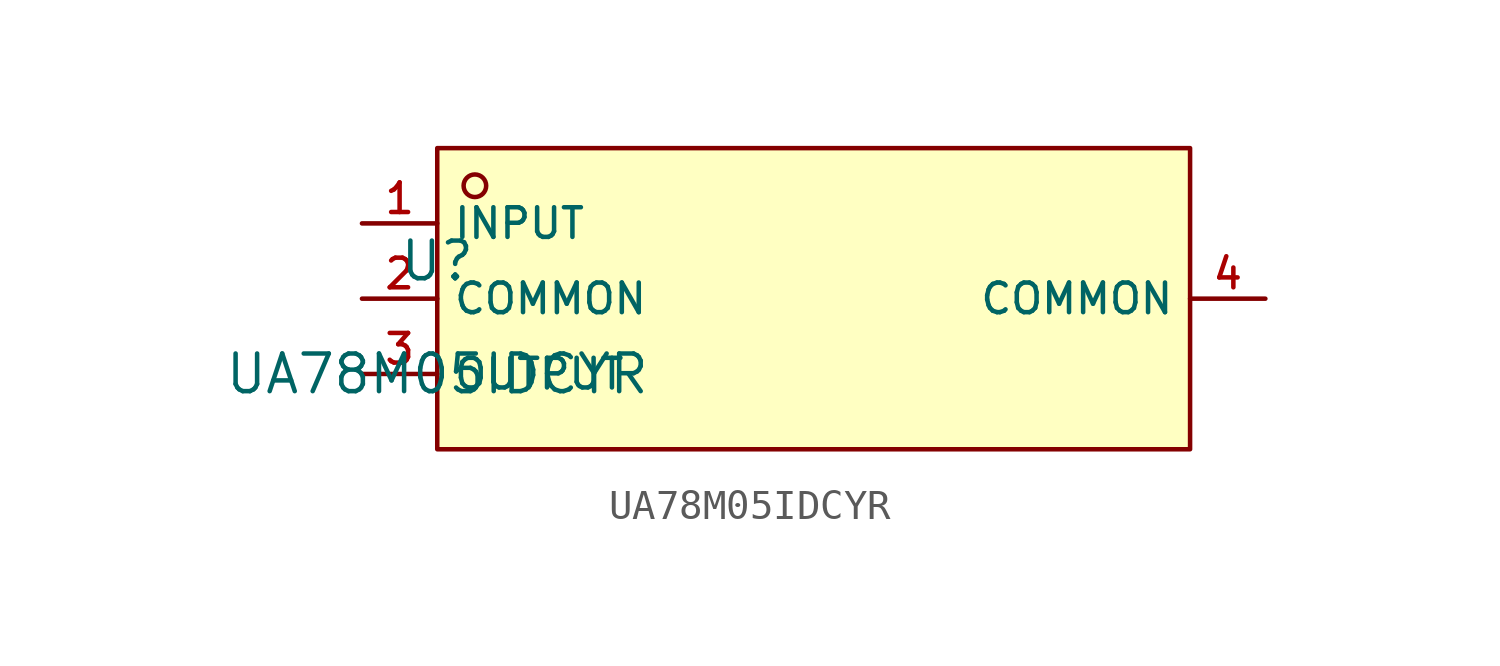
<source format=kicad_sym>
(kicad_symbol_lib
  (version 20210201)
  (generator TousstNicolas/JLC2KiCad_lib)
  (symbol "UA78M05IDCYR"
    (property "Reference" "U"
      (at 0 1.27 0)
      (effects (font (size 1.27 1.27))))
    (property "Value" "UA78M05IDCYR"
      (at 0 -2.54 0)
      (effects (font (size 1.27 1.27))))
    (symbol "UA78M05IDCYR_0_1"
      (rectangle (start 0.0 5.08) (end 25.4 -5.08) (stroke (width 0) (type default) (color 0 0 0 0)) (fill (type background)))
      (circle (center 1.27 3.81) (radius 0.381) (stroke (width 0) (type default) (color 0 0 0 0)) (fill (type background)))
      (pin unspecified line (at -2.54 2.54 0) (length 2.54) (name "INPUT" (effects (font (size 1 1)))) (number "1" (effects (font (size 1 1)))))
      (pin unspecified line (at -2.54 -0.0 0) (length 2.54) (name "COMMON" (effects (font (size 1 1)))) (number "2" (effects (font (size 1 1)))))
      (pin unspecified line (at -2.54 -2.54 0) (length 2.54) (name "OUTPUT" (effects (font (size 1 1)))) (number "3" (effects (font (size 1 1)))))
      (pin unspecified line (at 27.94 -0.0 180) (length 2.54) (name "COMMON" (effects (font (size 1 1)))) (number "4" (effects (font (size 1 1))))))))
</source>
